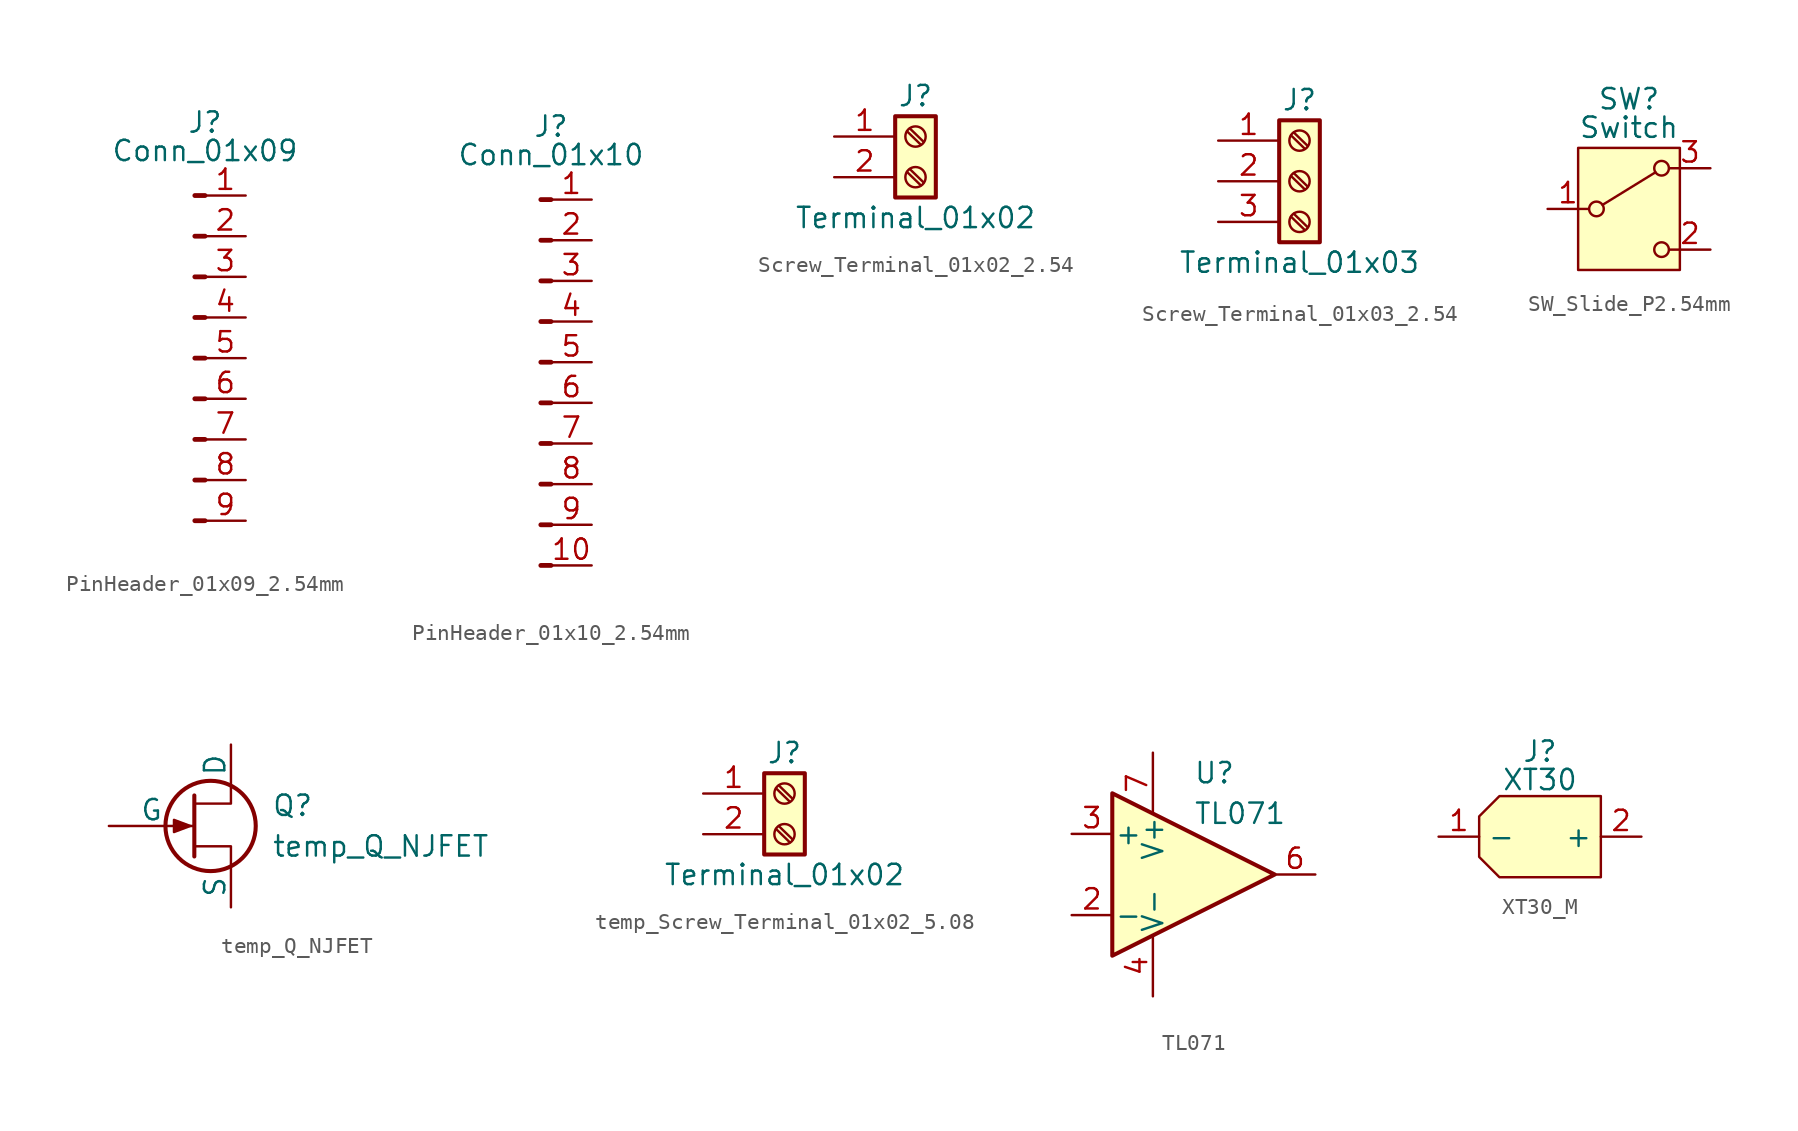
<source format=kicad_sym>
(kicad_symbol_lib
  (version 20241209)
  (generator "kicad_symbol_editor")
  (generator_version "9.0")
  (symbol "PinHeader_01x09_2.54mm"
    (property "Reference" "J"
      (at 0 14.732 0)
      (effects (font (size 1.27 1.27))))
    (property "Value" "Conn_01x09"
      (at 0 12.954 0)
      (effects (font (size 1.27 1.27))))
    (symbol "PinHeader_01x09_2.54mm_1_1"
      (rectangle (start -0.635 10.16) (end 0 10.16) (stroke (width 0.3) (type solid)) (fill (type none)))
      (rectangle (start -0.635 7.62) (end 0 7.62) (stroke (width 0.3) (type solid)) (fill (type none)))
      (rectangle (start -0.635 5.08) (end 0 5.08) (stroke (width 0.3) (type solid)) (fill (type none)))
      (rectangle (start -0.635 2.54) (end 0 2.54) (stroke (width 0.3) (type solid)) (fill (type none)))
      (rectangle (start -0.635 0) (end 0 0) (stroke (width 0.3) (type solid)) (fill (type none)))
      (rectangle (start -0.635 -2.54) (end 0 -2.54) (stroke (width 0.3) (type solid)) (fill (type none)))
      (rectangle (start -0.635 -5.08) (end 0 -5.08) (stroke (width 0.3) (type solid)) (fill (type none)))
      (rectangle (start -0.635 -7.62) (end 0 -7.62) (stroke (width 0.3) (type solid)) (fill (type none)))
      (rectangle (start -0.635 -10.16) (end 0 -10.16) (stroke (width 0.3) (type solid)) (fill (type none)))
      (pin passive line (at 2.54 10.16 180) (length 2.54) (name "" (effects (font (size 1.27 1.27)))) (number "1" (effects (font (size 1.27 1.27)))))
      (pin passive line (at 2.54 7.62 180) (length 2.54) (name "" (effects (font (size 1.27 1.27)))) (number "2" (effects (font (size 1.27 1.27)))))
      (pin passive line (at 2.54 5.08 180) (length 2.54) (name "" (effects (font (size 1.27 1.27)))) (number "3" (effects (font (size 1.27 1.27)))))
      (pin passive line (at 2.54 2.54 180) (length 2.54) (name "" (effects (font (size 1.27 1.27)))) (number "4" (effects (font (size 1.27 1.27)))))
      (pin passive line (at 2.54 0 180) (length 2.54) (name "" (effects (font (size 1.27 1.27)))) (number "5" (effects (font (size 1.27 1.27)))))
      (pin passive line (at 2.54 -2.54 180) (length 2.54) (name "" (effects (font (size 1.27 1.27)))) (number "6" (effects (font (size 1.27 1.27)))))
      (pin passive line (at 2.54 -5.08 180) (length 2.54) (name "" (effects (font (size 1.27 1.27)))) (number "7" (effects (font (size 1.27 1.27)))))
      (pin passive line (at 2.54 -7.62 180) (length 2.54) (name "" (effects (font (size 1.27 1.27)))) (number "8" (effects (font (size 1.27 1.27)))))
      (pin passive line (at 2.54 -10.16 180) (length 2.54) (name "" (effects (font (size 1.27 1.27)))) (number "9" (effects (font (size 1.27 1.27)))))))
  (symbol "PinHeader_01x10_2.54mm"
    (property "Reference" "J"
      (at 0 16.002 0)
      (effects (font (size 1.27 1.27))))
    (property "Value" "Conn_01x10"
      (at 0 14.224 0)
      (effects (font (size 1.27 1.27))))
    (symbol "PinHeader_01x10_2.54mm_1_1"
      (rectangle (start -0.635 11.43) (end 0 11.43) (stroke (width 0.3) (type solid)) (fill (type none)))
      (rectangle (start -0.635 8.89) (end 0 8.89) (stroke (width 0.3) (type solid)) (fill (type none)))
      (rectangle (start -0.635 6.35) (end 0 6.35) (stroke (width 0.3) (type solid)) (fill (type none)))
      (rectangle (start -0.635 3.81) (end 0 3.81) (stroke (width 0.3) (type solid)) (fill (type none)))
      (rectangle (start -0.635 1.27) (end 0 1.27) (stroke (width 0.3) (type solid)) (fill (type none)))
      (rectangle (start -0.635 -1.27) (end 0 -1.27) (stroke (width 0.3) (type solid)) (fill (type none)))
      (rectangle (start -0.635 -3.81) (end 0 -3.81) (stroke (width 0.3) (type solid)) (fill (type none)))
      (rectangle (start -0.635 -6.35) (end 0 -6.35) (stroke (width 0.3) (type solid)) (fill (type none)))
      (rectangle (start -0.635 -8.89) (end 0 -8.89) (stroke (width 0.3) (type solid)) (fill (type none)))
      (rectangle (start -0.635 -11.43) (end 0 -11.43) (stroke (width 0.3) (type solid)) (fill (type none)))
      (pin passive line (at 2.54 11.43 180) (length 2.54) (name "" (effects (font (size 1.27 1.27)))) (number "1" (effects (font (size 1.27 1.27)))))
      (pin passive line (at 2.54 8.89 180) (length 2.54) (name "" (effects (font (size 1.27 1.27)))) (number "2" (effects (font (size 1.27 1.27)))))
      (pin passive line (at 2.54 6.35 180) (length 2.54) (name "" (effects (font (size 1.27 1.27)))) (number "3" (effects (font (size 1.27 1.27)))))
      (pin passive line (at 2.54 3.81 180) (length 2.54) (name "" (effects (font (size 1.27 1.27)))) (number "4" (effects (font (size 1.27 1.27)))))
      (pin passive line (at 2.54 1.27 180) (length 2.54) (name "" (effects (font (size 1.27 1.27)))) (number "5" (effects (font (size 1.27 1.27)))))
      (pin passive line (at 2.54 -1.27 180) (length 2.54) (name "" (effects (font (size 1.27 1.27)))) (number "6" (effects (font (size 1.27 1.27)))))
      (pin passive line (at 2.54 -3.81 180) (length 2.54) (name "" (effects (font (size 1.27 1.27)))) (number "7" (effects (font (size 1.27 1.27)))))
      (pin passive line (at 2.54 -6.35 180) (length 2.54) (name "" (effects (font (size 1.27 1.27)))) (number "8" (effects (font (size 1.27 1.27)))))
      (pin passive line (at 2.54 -8.89 180) (length 2.54) (name "" (effects (font (size 1.27 1.27)))) (number "9" (effects (font (size 1.27 1.27)))))
      (pin passive line (at 2.54 -11.43 180) (length 2.54) (name "" (effects (font (size 1.27 1.27)))) (number "10" (effects (font (size 1.27 1.27)))))))
  (symbol "Screw_Terminal_01x02_2.54"
    (pin_names
      (offset 1.016)
      (hide yes))
    (property "Reference" "J"
      (at 0 2.54 0)
      (effects (font (size 1.27 1.27))))
    (property "Value" "Terminal_01x02"
      (at 0 -5.08 0)
      (effects (font (size 1.27 1.27))))
    (symbol "Screw_Terminal_01x02_2.54_1_1"
      (rectangle (start -1.27 1.27) (end 1.27 -3.81) (stroke (width 0.254) (type default)) (fill (type background)))
      (polyline (pts (xy -0.533 0.33) (xy 0.33 -0.508)) (stroke (width 0.152) (type default)) (fill (type none)))
      (polyline (pts (xy -0.533 -2.21) (xy 0.33 -3.048)) (stroke (width 0.152) (type default)) (fill (type none)))
      (polyline (pts (xy -0.356 0.508) (xy 0.508 -0.33)) (stroke (width 0.152) (type default)) (fill (type none)))
      (polyline (pts (xy -0.356 -2.032) (xy 0.508 -2.87)) (stroke (width 0.152) (type default)) (fill (type none)))
      (circle (center 0 0) (radius 0.635) (stroke (width 0.152) (type default)) (fill (type none)))
      (circle (center 0 -2.54) (radius 0.635) (stroke (width 0.152) (type default)) (fill (type none)))
      (pin passive line (at -5.08 0 0) (length 3.81) (name "Pin_1" (effects (font (size 1.27 1.27)))) (number "1" (effects (font (size 1.27 1.27)))))
      (pin passive line (at -5.08 -2.54 0) (length 3.81) (name "Pin_2" (effects (font (size 1.27 1.27)))) (number "2" (effects (font (size 1.27 1.27)))))))
  (symbol "Screw_Terminal_01x03_2.54"
    (pin_names
      (offset 1.016)
      (hide yes))
    (property "Reference" "J"
      (at 0 5.08 0)
      (effects (font (size 1.27 1.27))))
    (property "Value" "Terminal_01x03"
      (at 0 -5.08 0)
      (effects (font (size 1.27 1.27))))
    (symbol "Screw_Terminal_01x03_2.54_1_1"
      (rectangle (start -1.27 3.81) (end 1.27 -3.81) (stroke (width 0.254) (type default)) (fill (type background)))
      (polyline (pts (xy -0.533 2.87) (xy 0.33 2.032)) (stroke (width 0.152) (type default)) (fill (type none)))
      (polyline (pts (xy -0.533 0.33) (xy 0.33 -0.508)) (stroke (width 0.152) (type default)) (fill (type none)))
      (polyline (pts (xy -0.533 -2.21) (xy 0.33 -3.048)) (stroke (width 0.152) (type default)) (fill (type none)))
      (polyline (pts (xy -0.356 3.048) (xy 0.508 2.21)) (stroke (width 0.152) (type default)) (fill (type none)))
      (polyline (pts (xy -0.356 0.508) (xy 0.508 -0.33)) (stroke (width 0.152) (type default)) (fill (type none)))
      (polyline (pts (xy -0.356 -2.032) (xy 0.508 -2.87)) (stroke (width 0.152) (type default)) (fill (type none)))
      (circle (center 0 2.54) (radius 0.635) (stroke (width 0.152) (type default)) (fill (type none)))
      (circle (center 0 0) (radius 0.635) (stroke (width 0.152) (type default)) (fill (type none)))
      (circle (center 0 -2.54) (radius 0.635) (stroke (width 0.152) (type default)) (fill (type none)))
      (pin passive line (at -5.08 2.54 0) (length 3.81) (name "Pin_1" (effects (font (size 1.27 1.27)))) (number "1" (effects (font (size 1.27 1.27)))))
      (pin passive line (at -5.08 0 0) (length 3.81) (name "Pin_2" (effects (font (size 1.27 1.27)))) (number "2" (effects (font (size 1.27 1.27)))))
      (pin passive line (at -5.08 -2.54 0) (length 3.81) (name "Pin_3" (effects (font (size 1.27 1.27)))) (number "3" (effects (font (size 1.27 1.27)))))))
  (symbol "SW_Slide_P2.54mm"
    (property "Reference" "SW"
      (at 0 6.858 0)
      (effects (font (size 1.27 1.27))))
    (property "Value" "Switch"
      (at 0 5.08 0)
      (effects (font (size 1.27 1.27))))
    (symbol "SW_Slide_P2.54mm_0_1"
      (circle (center -2.032 0) (radius 0.457) (stroke (width 0) (type default)) (fill (type none)))
      (polyline (pts (xy -1.651 0.254) (xy 1.651 2.286)) (stroke (width 0) (type default)) (fill (type none)))
      (circle (center 2.032 2.54) (radius 0.457) (stroke (width 0) (type default)) (fill (type none)))
      (circle (center 2.032 -2.54) (radius 0.457) (stroke (width 0) (type default)) (fill (type none))))
    (symbol "SW_Slide_P2.54mm_1_1"
      (rectangle (start -3.175 3.81) (end 3.175 -3.81) (stroke (width 0) (type default)) (fill (type background)))
      (pin passive line (at -5.08 0 0) (length 2.54) (name "" (effects (font (size 1.27 1.27)))) (number "1" (effects (font (size 1.27 1.27)))))
      (pin passive line (at 5.08 2.54 180) (length 2.54) (name "" (effects (font (size 1.27 1.27)))) (number "3" (effects (font (size 1.27 1.27)))))
      (pin passive line (at 5.08 -2.54 180) (length 2.54) (name "" (effects (font (size 1.27 1.27)))) (number "2" (effects (font (size 1.27 1.27)))))))
  (symbol "temp_Q_NJFET"
    (pin_numbers
      (hide yes))
    (pin_names
      (offset 0))
    (property "Reference" "Q"
      (at 5.08 1.27 0)
      (effects (font (size 1.27 1.27)) (justify left)))
    (property "Value" "temp_Q_NJFET"
      (at 5.08 -1.27 0)
      (effects (font (size 1.27 1.27)) (justify left)))
    (symbol "temp_Q_NJFET_0_1"
      (polyline (pts (xy 0 0) (xy -1.016 0.381) (xy -1.016 -0.381) (xy 0 0)) (stroke (width 0) (type default)) (fill (type outline)))
      (polyline (pts (xy 0.254 1.905) (xy 0.254 -1.905) (xy 0.254 -1.905)) (stroke (width 0.254) (type default)) (fill (type none)))
      (circle (center 1.27 0) (radius 2.819) (stroke (width 0.254) (type default)) (fill (type none)))
      (polyline (pts (xy 2.54 2.54) (xy 2.54 1.397) (xy 0.254 1.397)) (stroke (width 0) (type default)) (fill (type none)))
      (polyline (pts (xy 2.54 -2.54) (xy 2.54 -1.27) (xy 0.254 -1.27)) (stroke (width 0) (type default)) (fill (type none))))
    (symbol "temp_Q_NJFET_1_1"
      (pin input line (at -5.08 0 0) (length 5.334) (name "G" (effects (font (size 1.27 1.27)))) (number "2" (effects (font (size 1.27 1.27)))))
      (pin passive line (at 2.54 5.08 270) (length 2.54) (name "D" (effects (font (size 1.27 1.27)))) (number "1" (effects (font (size 1.27 1.27)))))
      (pin passive line (at 2.54 -5.08 90) (length 2.54) (name "S" (effects (font (size 1.27 1.27)))) (number "3" (effects (font (size 1.27 1.27)))))))
  (symbol "temp_Screw_Terminal_01x02_5.08"
    (pin_names
      (offset 1.016)
      (hide yes))
    (property "Reference" "J"
      (at 0 2.54 0)
      (effects (font (size 1.27 1.27))))
    (property "Value" "Terminal_01x02"
      (at 0 -5.08 0)
      (effects (font (size 1.27 1.27))))
    (symbol "temp_Screw_Terminal_01x02_5.08_1_1"
      (rectangle (start -1.27 1.27) (end 1.27 -3.81) (stroke (width 0.254) (type default)) (fill (type background)))
      (polyline (pts (xy -0.533 0.33) (xy 0.33 -0.508)) (stroke (width 0.152) (type default)) (fill (type none)))
      (polyline (pts (xy -0.533 -2.21) (xy 0.33 -3.048)) (stroke (width 0.152) (type default)) (fill (type none)))
      (polyline (pts (xy -0.356 0.508) (xy 0.508 -0.33)) (stroke (width 0.152) (type default)) (fill (type none)))
      (polyline (pts (xy -0.356 -2.032) (xy 0.508 -2.87)) (stroke (width 0.152) (type default)) (fill (type none)))
      (circle (center 0 0) (radius 0.635) (stroke (width 0.152) (type default)) (fill (type none)))
      (circle (center 0 -2.54) (radius 0.635) (stroke (width 0.152) (type default)) (fill (type none)))
      (pin passive line (at -5.08 0 0) (length 3.81) (name "Pin_1" (effects (font (size 1.27 1.27)))) (number "1" (effects (font (size 1.27 1.27)))))
      (pin passive line (at -5.08 -2.54 0) (length 3.81) (name "Pin_2" (effects (font (size 1.27 1.27)))) (number "2" (effects (font (size 1.27 1.27)))))))
  (symbol "TL071"
    (pin_names
      (offset 0.127))
    (property "Reference" "U"
      (at 0 6.35 0)
      (effects (font (size 1.27 1.27)) (justify left)))
    (property "Value" "TL071"
      (at 0 3.81 0)
      (effects (font (size 1.27 1.27)) (justify left)))
    (symbol "TL071_0_1"
      (polyline (pts (xy -5.08 5.08) (xy 5.08 0) (xy -5.08 -5.08) (xy -5.08 5.08)) (stroke (width 0.254) (type default)) (fill (type background))))
    (symbol "TL071_1_1"
      (pin passive line (at -7.62 2.54 0) (length 2.54) (name "+" (effects (font (size 1.27 1.27)))) (number "3" (effects (font (size 1.27 1.27)))))
      (pin passive line (at -7.62 -2.54 0) (length 2.54) (name "-" (effects (font (size 1.27 1.27)))) (number "2" (effects (font (size 1.27 1.27)))))
      (pin passive line (at -2.54 7.62 270) (length 3.81) (name "V+" (effects (font (size 1.27 1.27)))) (number "7" (effects (font (size 1.27 1.27)))))
      (pin passive line (at -2.54 -7.62 90) (length 3.81) (name "V-" (effects (font (size 1.27 1.27)))) (number "4" (effects (font (size 1.27 1.27)))))
      (pin no_connect line (at 0 7.62 270) (length 5.08) (hide yes) (name "NC" (effects (font (size 1.27 1.27)))) (number "8" (effects (font (size 1.27 1.27)))))
      (pin passive line (at 0 -7.62 90) (length 5.08) (hide yes) (name "NULL" (effects (font (size 0.508 0.508)))) (number "1" (effects (font (size 1.27 1.27)))))
      (pin passive line (at 2.54 -7.62 90) (length 6.35) (hide yes) (name "NULL" (effects (font (size 0.508 0.508)))) (number "5" (effects (font (size 1.27 1.27)))))
      (pin passive line (at 7.62 0 180) (length 2.54) (name "~" (effects (font (size 1.27 1.27)))) (number "6" (effects (font (size 1.27 1.27)))))))
  (symbol "XT30_M"
    (property "Reference" "J"
      (at 0 5.334 0)
      (effects (font (size 1.27 1.27))))
    (property "Value" "XT30"
      (at 0 3.556 0)
      (effects (font (size 1.27 1.27))))
    (symbol "XT30_M_1_1"
      (polyline (pts (xy -3.81 1.27) (xy -3.81 -1.27) (xy -2.54 -2.54) (xy 3.81 -2.54) (xy 3.81 2.54) (xy -2.54 2.54) (xy -3.81 1.27)) (stroke (width 0) (type solid)) (fill (type background)))
      (pin passive line (at -6.35 0 0) (length 2.54) (name "-" (effects (font (size 1.27 1.27)))) (number "1" (effects (font (size 1.27 1.27)))))
      (pin passive line (at 6.35 0 180) (length 2.54) (name "+" (effects (font (size 1.27 1.27)))) (number "2" (effects (font (size 1.27 1.27))))))))
</source>
